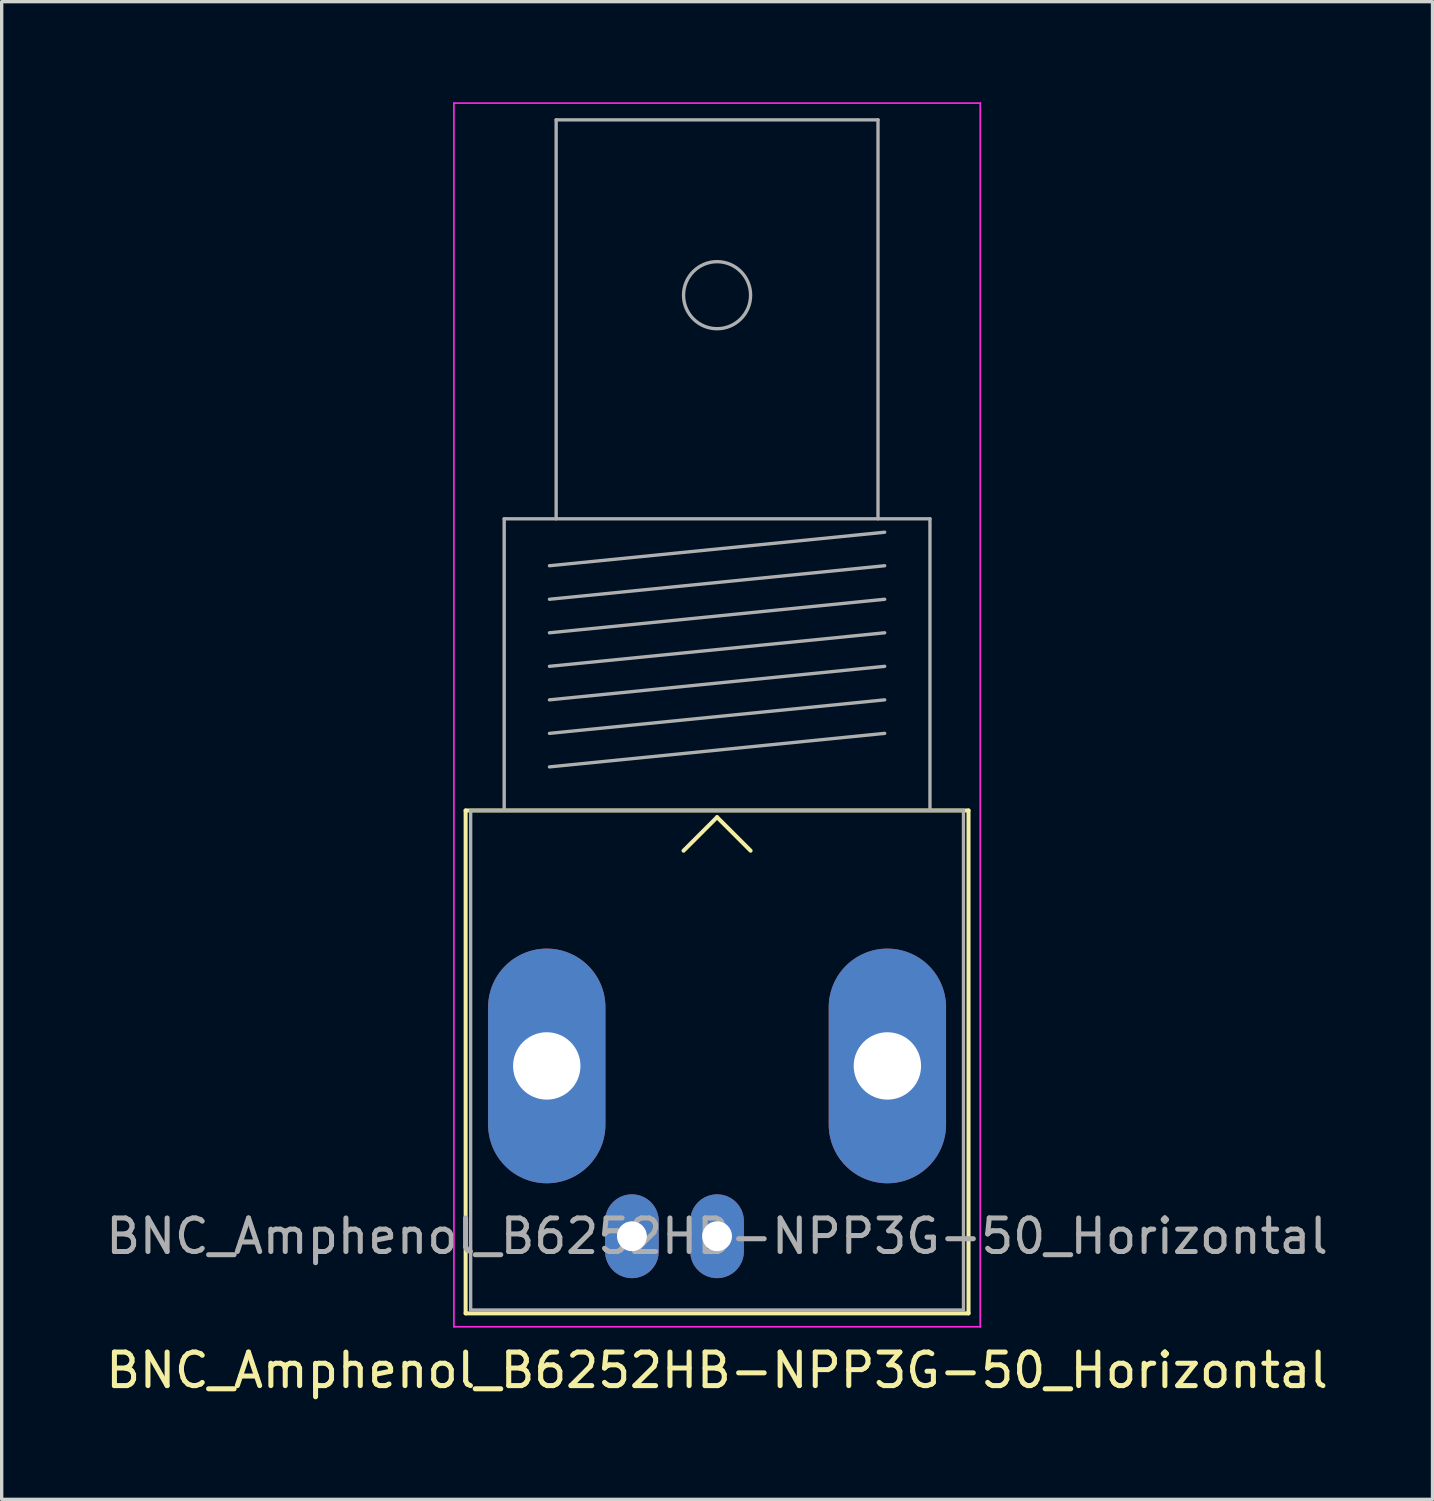
<source format=kicad_pcb>
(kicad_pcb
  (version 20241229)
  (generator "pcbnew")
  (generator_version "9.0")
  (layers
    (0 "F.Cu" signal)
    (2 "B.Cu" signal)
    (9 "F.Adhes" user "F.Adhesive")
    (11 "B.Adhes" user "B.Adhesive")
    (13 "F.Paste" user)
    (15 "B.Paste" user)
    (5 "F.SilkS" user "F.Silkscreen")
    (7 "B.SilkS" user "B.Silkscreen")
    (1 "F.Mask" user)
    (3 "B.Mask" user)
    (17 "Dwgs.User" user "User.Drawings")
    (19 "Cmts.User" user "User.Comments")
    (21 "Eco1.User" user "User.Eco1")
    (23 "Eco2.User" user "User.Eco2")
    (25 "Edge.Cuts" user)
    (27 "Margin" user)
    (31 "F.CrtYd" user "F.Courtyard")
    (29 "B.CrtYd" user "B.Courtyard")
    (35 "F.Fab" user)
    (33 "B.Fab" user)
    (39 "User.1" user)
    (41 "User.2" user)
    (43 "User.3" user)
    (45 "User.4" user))
  (footprint "BNC_Amphenol_B6252HB-NPP3G-50_Horizontal"
    (layer "F.Cu")
    (at 18.339 33.825)
    (property "Reference" "BNC_Amphenol_B6252HB-NPP3G-50_Horizontal" (at 0 4 180) (layer "F.SilkS") (effects (font (size 1 1) (thickness 0.15))))
    (attr through_hole)
    (fp_line (start -7.5 -12.7) (end 7.5 -12.7) (stroke (width 0.12) (type solid)) (layer "F.SilkS"))
    (fp_line (start -7.5 2.3) (end -7.5 -12.7) (stroke (width 0.12) (type solid)) (layer "F.SilkS"))
    (fp_line (start 0 -12.5) (end -1 -11.5) (stroke (width 0.12) (type solid)) (layer "F.SilkS"))
    (fp_line (start 0 -12.5) (end 1 -11.5) (stroke (width 0.12) (type solid)) (layer "F.SilkS"))
    (fp_line (start 7.5 -12.7) (end 7.5 2.3) (stroke (width 0.12) (type solid)) (layer "F.SilkS"))
    (fp_line (start 7.5 2.3) (end -7.5 2.3) (stroke (width 0.12) (type solid)) (layer "F.SilkS"))
    (fp_line (start -7.85 2.7) (end -7.85 -33.8) (stroke (width 0.05) (type solid)) (layer "F.CrtYd"))
    (fp_line (start -7.85 2.7) (end 7.85 2.7) (stroke (width 0.05) (type solid)) (layer "F.CrtYd"))
    (fp_line (start 7.85 -33.8) (end -7.85 -33.8) (stroke (width 0.05) (type solid)) (layer "F.CrtYd"))
    (fp_line (start 7.85 2.7) (end 7.85 -33.8) (stroke (width 0.05) (type solid)) (layer "F.CrtYd"))
    (fp_line (start -7.35 -12.7) (end -7.35 2.2) (stroke (width 0.1) (type solid)) (layer "F.Fab"))
    (fp_line (start -7.35 2.2) (end 7.35 2.2) (stroke (width 0.1) (type solid)) (layer "F.Fab"))
    (fp_line (start -6.35 -21.4) (end -6.35 -12.7) (stroke (width 0.1) (type solid)) (layer "F.Fab"))
    (fp_line (start -5 -20) (end 5 -21) (stroke (width 0.1) (type solid)) (layer "F.Fab"))
    (fp_line (start -5 -19) (end 5 -20) (stroke (width 0.1) (type solid)) (layer "F.Fab"))
    (fp_line (start -5 -18) (end 5 -19) (stroke (width 0.1) (type solid)) (layer "F.Fab"))
    (fp_line (start -5 -17) (end 5 -18) (stroke (width 0.1) (type solid)) (layer "F.Fab"))
    (fp_line (start -5 -16) (end 5 -17) (stroke (width 0.1) (type solid)) (layer "F.Fab"))
    (fp_line (start -5 -15) (end 5 -16) (stroke (width 0.1) (type solid)) (layer "F.Fab"))
    (fp_line (start -5 -14) (end 5 -15) (stroke (width 0.1) (type solid)) (layer "F.Fab"))
    (fp_line (start -4.8 -33.3) (end -4.8 -21.4) (stroke (width 0.1) (type solid)) (layer "F.Fab"))
    (fp_line (start 4.8 -33.3) (end -4.8 -33.3) (stroke (width 0.1) (type solid)) (layer "F.Fab"))
    (fp_line (start 4.8 -21.4) (end 4.8 -33.3) (stroke (width 0.1) (type solid)) (layer "F.Fab"))
    (fp_line (start 6.35 -21.4) (end -6.35 -21.4) (stroke (width 0.1) (type solid)) (layer "F.Fab"))
    (fp_line (start 6.35 -12.7) (end 6.35 -21.4) (stroke (width 0.1) (type solid)) (layer "F.Fab"))
    (fp_line (start 7.35 -12.7) (end -7.35 -12.7) (stroke (width 0.1) (type solid)) (layer "F.Fab"))
    (fp_line (start 7.35 2.2) (end 7.35 -12.7) (stroke (width 0.1) (type solid)) (layer "F.Fab"))
    (fp_circle (center 0 -28.07) (end 1 -28.07) (stroke (width 0.1) (type solid)) (fill no) (layer "F.Fab"))
    (fp_text user "${REFERENCE}" (at 0 0 180) (layer "F.Fab") (effects (font (size 1 1) (thickness 0.15))))
    (pad "1" thru_hole oval (at 0 0) (size 1.6 2.5) (drill 0.89) (layers "*.Cu" "*.Mask"))
    (pad "2" thru_hole oval (at -5.08 -5.08) (size 3.5 7) (drill 2.01) (layers "*.Cu" "*.Mask"))
    (pad "2" thru_hole oval (at -2.54 0) (size 1.6 2.5) (drill 0.89) (layers "*.Cu" "*.Mask"))
    (pad "2" thru_hole oval (at 5.08 -5.08) (size 3.5 7) (drill 2.01) (layers "*.Cu" "*.Mask")))
  (gr_rect
    (start -3 -3)
    (end 39.679 41.673)
    (stroke (width 0.1) (type default))
    (fill no)
    (layer "Edge.Cuts")))
</source>
